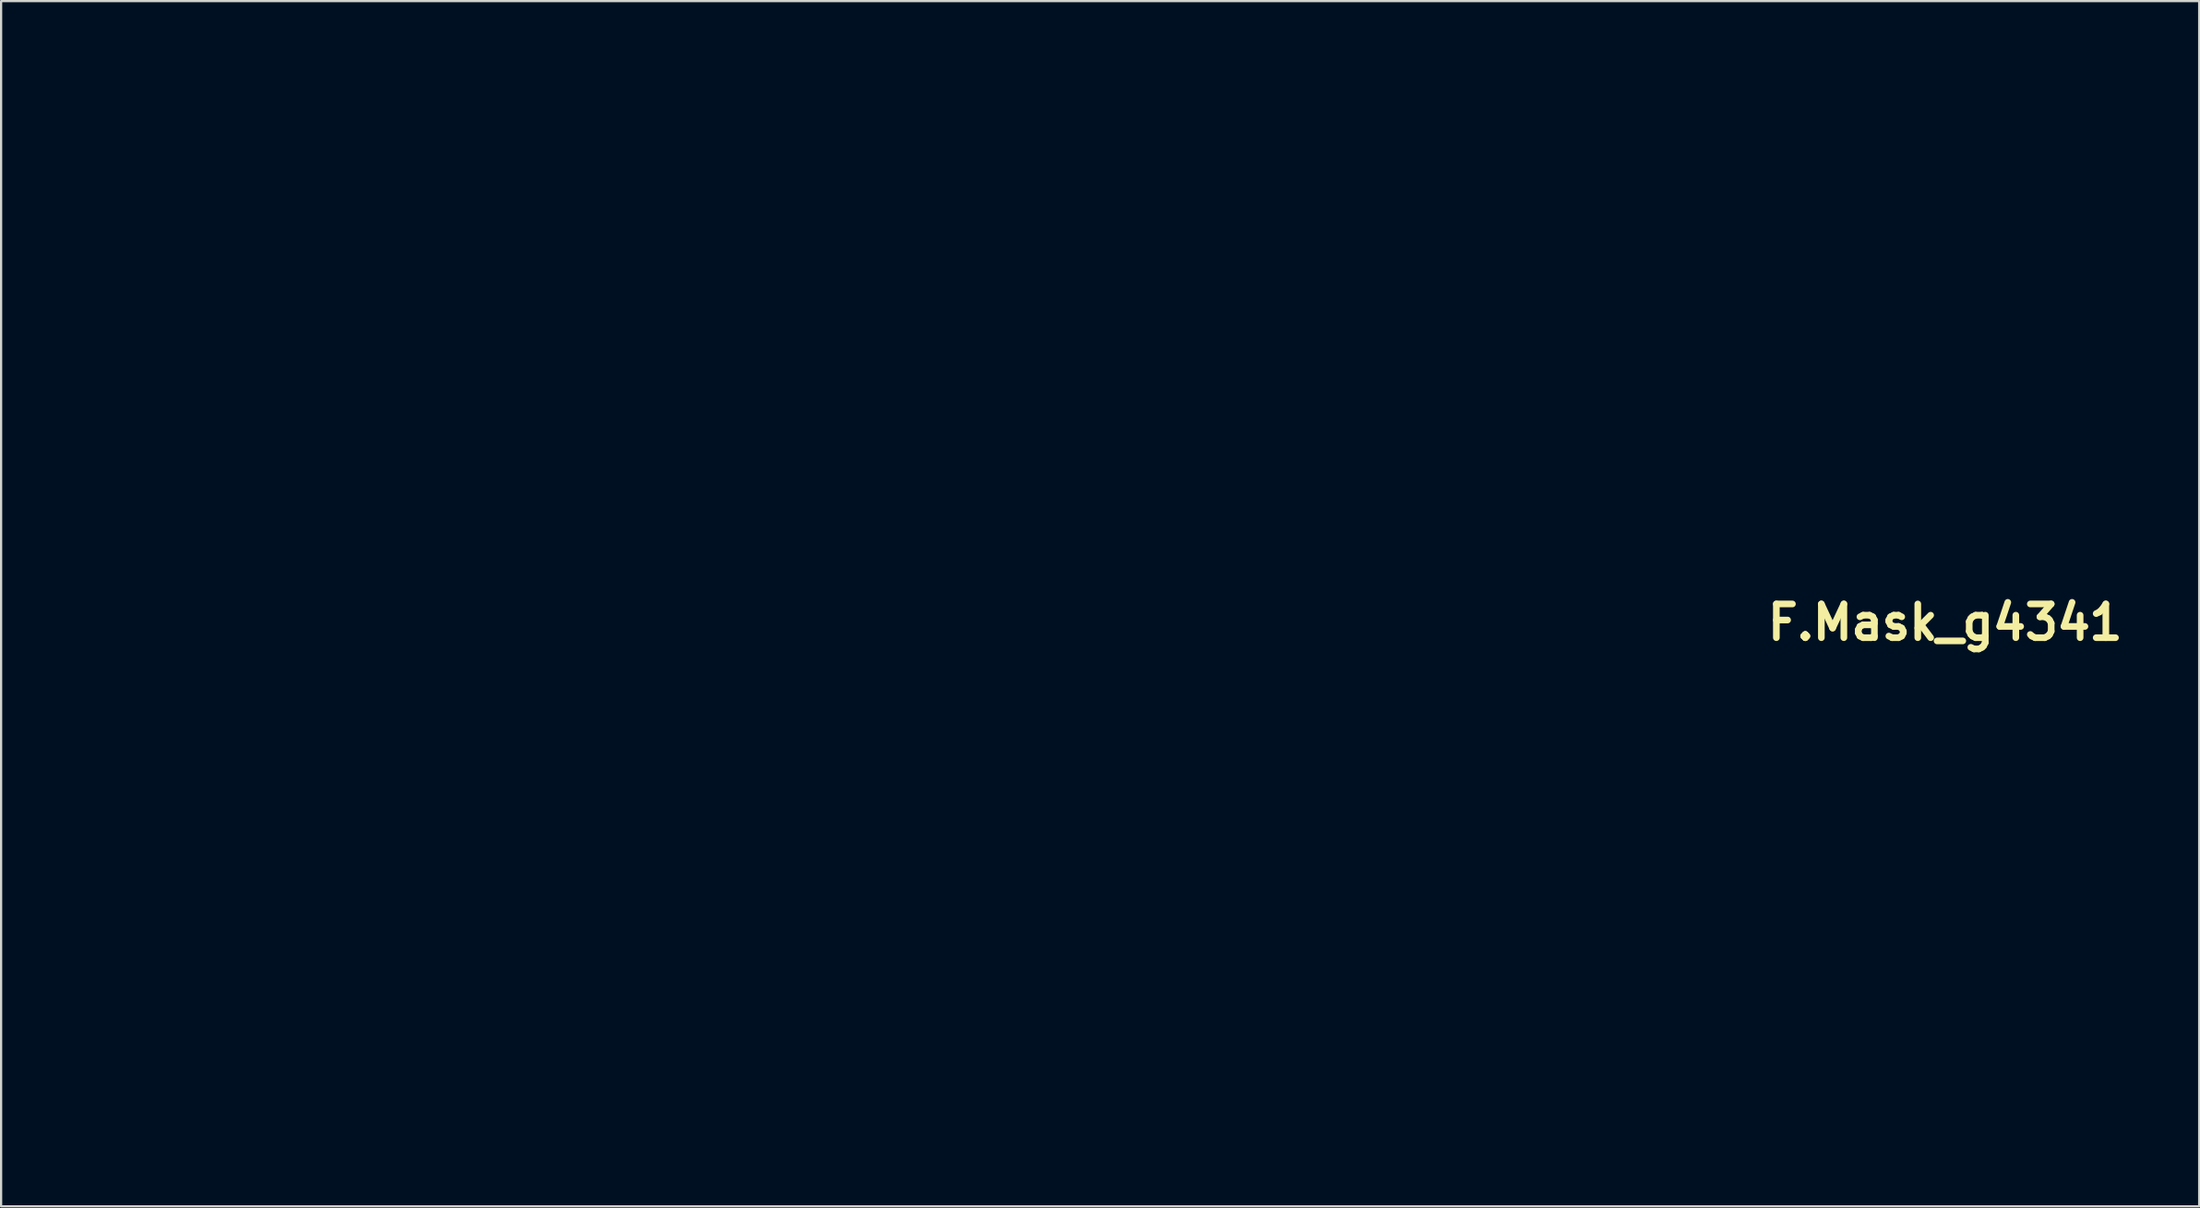
<source format=kicad_pcb>
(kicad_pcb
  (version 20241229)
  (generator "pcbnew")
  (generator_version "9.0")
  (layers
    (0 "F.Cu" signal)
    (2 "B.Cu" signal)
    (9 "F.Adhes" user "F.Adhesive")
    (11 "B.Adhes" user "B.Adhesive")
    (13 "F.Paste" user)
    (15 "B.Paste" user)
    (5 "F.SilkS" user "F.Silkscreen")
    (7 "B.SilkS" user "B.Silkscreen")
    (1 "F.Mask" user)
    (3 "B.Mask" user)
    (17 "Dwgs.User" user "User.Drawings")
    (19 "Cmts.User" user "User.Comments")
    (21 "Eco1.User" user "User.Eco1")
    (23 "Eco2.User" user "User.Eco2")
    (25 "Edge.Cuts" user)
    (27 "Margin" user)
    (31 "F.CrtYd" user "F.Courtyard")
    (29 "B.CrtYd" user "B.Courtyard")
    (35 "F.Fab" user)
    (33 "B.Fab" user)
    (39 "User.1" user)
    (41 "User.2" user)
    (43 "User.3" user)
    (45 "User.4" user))
  (footprint "F.Mask_g4341"
    (layer "F.Cu")
    (at 84.78 25.076)
    (property "Reference" "F.Mask_g4341" (at 0 0 0) (layer "F.SilkS") (effects (font (size 1.524 1.524) (thickness 0.3))))
    (attr through_hole)
    (fp_poly (pts (xy -0.935 -4.078) (xy -0.807 -4.023) (xy -0.701 -3.922) (xy -0.606 -3.775) (xy -0.569 -3.703) (xy -0.501 -3.523) (xy -0.46 -3.33) (xy -0.447 -3.147) (xy -0.464 -2.996) (xy -0.512 -2.902) (xy -0.569 -2.869) (xy -0.692 -2.811) (xy -0.865 -2.735) (xy -1.076 -2.648) (xy -1.27 -2.57) (xy -1.712 -2.393) (xy -2.134 -2.218) (xy -2.549 -2.038) (xy -2.973 -1.847) (xy -3.421 -1.637) (xy -3.908 -1.402) (xy -4.449 -1.134) (xy -4.657 -1.031) (xy -4.982 -0.866) (xy -5.329 -0.688) (xy -5.689 -0.502) (xy -6.052 -0.311) (xy -6.408 -0.123) (xy -6.748 0.059) (xy -7.062 0.229) (xy -7.341 0.382) (xy -7.574 0.512) (xy -7.753 0.616) (xy -7.868 0.686) (xy -7.88 0.694) (xy -7.887 0.712) (xy -7.866 0.742) (xy -7.812 0.787) (xy -7.72 0.852) (xy -7.583 0.939) (xy -7.397 1.052) (xy -7.155 1.195) (xy -6.851 1.372) (xy -6.481 1.586) (xy -6.377 1.646) (xy -6.122 1.793) (xy -5.8 1.977) (xy -5.42 2.196) (xy -4.988 2.444) (xy -4.512 2.717) (xy -3.999 3.012) (xy -3.456 3.324) (xy -2.891 3.648) (xy -2.311 3.981) (xy -1.723 4.319) (xy -1.135 4.657) (xy -0.673 4.922) (xy 3.459 7.295) (xy 4.721 10.728) (xy 5.116 11.8) (xy 5.481 12.796) (xy 5.82 13.719) (xy 6.132 14.571) (xy 6.419 15.356) (xy 6.682 16.076) (xy 6.922 16.735) (xy 7.139 17.335) (xy 7.336 17.88) (xy 7.513 18.372) (xy 7.67 18.815) (xy 7.81 19.211) (xy 7.933 19.564) (xy 8.039 19.876) (xy 8.131 20.15) (xy 8.21 20.39) (xy 8.275 20.598) (xy 8.329 20.777) (xy 8.373 20.931) (xy 8.406 21.062) (xy 8.431 21.173) (xy 8.449 21.268) (xy 8.46 21.349) (xy 8.465 21.419) (xy 8.467 21.47) (xy 8.457 21.615) (xy 8.419 21.715) (xy 8.349 21.799) (xy 8.231 21.917) (xy 7.386 21.945) (xy 7.055 21.955) (xy 6.641 21.967) (xy 6.144 21.98) (xy 5.567 21.994) (xy 4.91 22.009) (xy 4.175 22.026) (xy 3.363 22.044) (xy 2.475 22.063) (xy 1.512 22.084) (xy 0.476 22.105) (xy -0.632 22.128) (xy -1.811 22.152) (xy -3.059 22.176) (xy -4.376 22.202) (xy -5.76 22.229) (xy -7.21 22.257) (xy -8.724 22.286) (xy -10.301 22.316) (xy -11.94 22.347) (xy -13.641 22.378) (xy -15.4 22.411) (xy -15.621 22.415) (xy -16.648 22.434) (xy -17.594 22.452) (xy -18.463 22.468) (xy -19.256 22.483) (xy -19.978 22.496) (xy -20.633 22.508) (xy -21.223 22.519) (xy -21.751 22.528) (xy -22.222 22.536) (xy -22.639 22.543) (xy -23.004 22.548) (xy -23.321 22.552) (xy -23.594 22.555) (xy -23.826 22.557) (xy -24.02 22.557) (xy -24.18 22.556) (xy -24.309 22.553) (xy -24.41 22.55) (xy -24.486 22.545) (xy -24.542 22.539) (xy -24.58 22.532) (xy -24.604 22.523) (xy -24.617 22.513) (xy -24.622 22.502) (xy -24.624 22.49) (xy -24.624 22.477) (xy -24.627 22.462) (xy -24.635 22.447) (xy -24.641 22.44) (xy -24.742 22.297) (xy -24.765 22.191) (xy -24.756 22.14) (xy -24.728 22.038) (xy -24.682 21.883) (xy -24.616 21.673) (xy -24.529 21.408) (xy -24.422 21.084) (xy -24.294 20.702) (xy -24.144 20.257) (xy -23.971 19.75) (xy -23.775 19.179) (xy -23.555 18.541) (xy -23.312 17.836) (xy -23.043 17.06) (xy -22.749 16.214) (xy -22.43 15.295) (xy -22.084 14.301) (xy -21.71 13.231) (xy -21.31 12.083) (xy -21.259 11.938) (xy -21.011 11.229) (xy -20.789 10.594) (xy -20.592 10.031) (xy -20.417 9.533) (xy -20.263 9.096) (xy -20.129 8.715) (xy -20.012 8.385) (xy -19.911 8.103) (xy -19.823 7.862) (xy -19.749 7.658) (xy -19.685 7.487) (xy -19.629 7.343) (xy -19.581 7.223) (xy -19.539 7.12) (xy -19.5 7.031) (xy -19.464 6.95) (xy -19.449 6.918) (xy -19.353 6.705) (xy -19.294 6.546) (xy -19.264 6.42) (xy -19.259 6.308) (xy -19.259 6.307) (xy -19.253 6.157) (xy -19.228 6.019) (xy -19.218 5.989) (xy -19.179 5.878) (xy -19.156 5.796) (xy -19.138 5.737) (xy -19.095 5.612) (xy -19.031 5.433) (xy -18.952 5.212) (xy -18.861 4.962) (xy -18.826 4.864) (xy -18.751 4.66) (xy -18.666 4.423) (xy -18.568 4.149) (xy -18.457 3.834) (xy -18.33 3.474) (xy -18.187 3.065) (xy -18.026 2.604) (xy -17.846 2.087) (xy -17.645 1.509) (xy -17.423 0.868) (xy -17.178 0.16) (xy -16.908 -0.62) (xy -16.612 -1.475) (xy -16.516 -1.755) (xy -16.381 -2.142) (xy -16.254 -2.504) (xy -16.137 -2.833) (xy -16.033 -3.121) (xy -15.944 -3.362) (xy -15.874 -3.546) (xy -15.825 -3.666) (xy -15.801 -3.714) (xy -15.8 -3.715) (xy -15.757 -3.697) (xy -15.647 -3.64) (xy -15.475 -3.548) (xy -15.249 -3.423) (xy -14.974 -3.27) (xy -14.656 -3.092) (xy -14.302 -2.892) (xy -13.918 -2.674) (xy -13.509 -2.44) (xy -13.308 -2.325) (xy -12.709 -1.981) (xy -12.179 -1.677) (xy -11.714 -1.411) (xy -11.31 -1.178) (xy -10.962 -0.977) (xy -10.667 -0.806) (xy -10.419 -0.661) (xy -10.215 -0.54) (xy -10.051 -0.441) (xy -9.922 -0.36) (xy -9.824 -0.295) (xy -9.753 -0.244) (xy -9.705 -0.204) (xy -9.674 -0.173) (xy -9.658 -0.147) (xy -9.652 -0.124) (xy -9.651 -0.102) (xy -9.652 -0.078) (xy -9.652 -0.077) (xy -9.641 -0.013) (xy -9.627 0) (xy -9.585 -0.02) (xy -9.479 -0.075) (xy -9.321 -0.159) (xy -9.122 -0.267) (xy -8.892 -0.393) (xy -8.77 -0.46) (xy -7.907 -0.935) (xy -7.112 -1.368) (xy -6.378 -1.761) (xy -5.702 -2.117) (xy -5.079 -2.438) (xy -4.504 -2.726) (xy -3.971 -2.985) (xy -3.476 -3.216) (xy -3.014 -3.422) (xy -2.581 -3.605) (xy -2.171 -3.768) (xy -1.884 -3.875) (xy -1.56 -3.987) (xy -1.301 -4.059) (xy -1.096 -4.09) (xy -0.935 -4.078)) (stroke (width 0.01) (type solid)) (fill yes) (layer "F.Mask"))
    (fp_poly (pts (xy -12.385 -25.068) (xy -12.328 -25.063) (xy -12.2 -25.037) (xy -12.13 -25.002) (xy -12.092 -24.936) (xy -12.062 -24.815) (xy -12.062 -24.814) (xy -12.053 -24.769) (xy -12.047 -24.724) (xy -12.048 -24.67) (xy -12.057 -24.601) (xy -12.076 -24.51) (xy -12.106 -24.388) (xy -12.151 -24.228) (xy -12.211 -24.023) (xy -12.289 -23.766) (xy -12.387 -23.449) (xy -12.506 -23.064) (xy -12.622 -22.691) (xy -12.724 -22.364) (xy -12.828 -22.032) (xy -12.934 -21.691) (xy -13.045 -21.338) (xy -13.162 -20.97) (xy -13.284 -20.582) (xy -13.415 -20.171) (xy -13.554 -19.734) (xy -13.703 -19.267) (xy -13.863 -18.766) (xy -14.035 -18.228) (xy -14.22 -17.649) (xy -14.42 -17.026) (xy -14.636 -16.355) (xy -14.868 -15.633) (xy -15.119 -14.855) (xy -15.388 -14.019) (xy -15.678 -13.12) (xy -15.988 -12.156) (xy -16.322 -11.122) (xy -16.679 -10.015) (xy -17.06 -8.832) (xy -17.11 -8.678) (xy -17.336 -7.979) (xy -17.556 -7.297) (xy -17.769 -6.636) (xy -17.974 -6.002) (xy -18.168 -5.4) (xy -18.351 -4.834) (xy -18.52 -4.309) (xy -18.675 -3.83) (xy -18.813 -3.402) (xy -18.933 -3.03) (xy -19.033 -2.718) (xy -19.113 -2.472) (xy -19.17 -2.297) (xy -19.202 -2.196) (xy -19.204 -2.191) (xy -19.265 -2.01) (xy -19.322 -1.863) (xy -19.366 -1.766) (xy -19.39 -1.736) (xy -19.444 -1.74) (xy -19.58 -1.752) (xy -19.797 -1.773) (xy -20.093 -1.802) (xy -20.466 -1.838) (xy -20.914 -1.882) (xy -21.436 -1.933) (xy -22.03 -1.992) (xy -22.694 -2.058) (xy -23.426 -2.13) (xy -24.225 -2.21) (xy -25.019 -2.288) (xy -25.697 -2.356) (xy -26.365 -2.425) (xy -27.017 -2.492) (xy -27.645 -2.558) (xy -28.243 -2.622) (xy -28.803 -2.683) (xy -29.319 -2.74) (xy -29.785 -2.792) (xy -30.192 -2.84) (xy -30.534 -2.882) (xy -30.804 -2.916) (xy -30.963 -2.939) (xy -31.132 -2.963) (xy -31.264 -2.981) (xy -31.342 -2.99) (xy -31.354 -2.99) (xy -31.336 -2.952) (xy -31.276 -2.851) (xy -31.179 -2.697) (xy -31.05 -2.496) (xy -30.895 -2.257) (xy -30.718 -1.987) (xy -30.526 -1.696) (xy -30.323 -1.39) (xy -30.115 -1.078) (xy -29.907 -0.768) (xy -29.704 -0.467) (xy -29.512 -0.184) (xy -29.336 0.074) (xy -29.18 0.298) (xy -29.062 0.466) (xy -27.995 1.921) (xy -26.86 3.388) (xy -25.67 4.852) (xy -24.439 6.296) (xy -23.699 7.133) (xy -23.487 7.368) (xy -23.291 7.586) (xy -23.117 7.777) (xy -22.974 7.933) (xy -22.871 8.045) (xy -22.815 8.104) (xy -22.812 8.107) (xy -22.703 8.258) (xy -22.653 8.448) (xy -22.663 8.683) (xy -22.733 8.969) (xy -22.778 9.102) (xy -22.869 9.341) (xy -22.946 9.511) (xy -23.016 9.626) (xy -23.086 9.698) (xy -23.144 9.733) (xy -23.241 9.768) (xy -23.325 9.767) (xy -23.415 9.723) (xy -23.532 9.628) (xy -23.609 9.557) (xy -23.715 9.452) (xy -23.869 9.292) (xy -24.063 9.087) (xy -24.287 8.846) (xy -24.535 8.578) (xy -24.797 8.291) (xy -25.065 7.995) (xy -25.332 7.699) (xy -25.588 7.411) (xy -25.827 7.142) (xy -26.037 6.9) (xy -27.417 5.259) (xy -28.744 3.588) (xy -30.012 1.896) (xy -31.214 0.192) (xy -32.343 -1.514) (xy -32.872 -2.355) (xy -33.422 -3.246) (xy -33.697 -3.227) (xy -33.878 -3.222) (xy -34.133 -3.229) (xy -34.465 -3.246) (xy -34.876 -3.274) (xy -35.366 -3.314) (xy -35.937 -3.365) (xy -36.407 -3.409) (xy -36.702 -3.438) (xy -36.969 -3.463) (xy -37.199 -3.484) (xy -37.377 -3.501) (xy -37.493 -3.511) (xy -37.534 -3.514) (xy -37.567 -3.547) (xy -37.624 -3.65) (xy -37.707 -3.822) (xy -37.816 -4.065) (xy -37.952 -4.381) (xy -38.115 -4.771) (xy -38.305 -5.237) (xy -38.525 -5.779) (xy -38.733 -6.301) (xy -38.968 -6.891) (xy -39.227 -7.544) (xy -39.507 -8.253) (xy -39.805 -9.011) (xy -40.119 -9.81) (xy -40.445 -10.644) (xy -40.782 -11.504) (xy -41.125 -12.383) (xy -41.472 -13.275) (xy -41.821 -14.171) (xy -42.168 -15.065) (xy -42.511 -15.949) (xy -42.846 -16.816) (xy -43.172 -17.658) (xy -43.484 -18.468) (xy -43.781 -19.24) (xy -44.059 -19.965) (xy -44.316 -20.637) (xy -44.548 -21.247) (xy -44.754 -21.789) (xy -44.832 -21.997) (xy -44.982 -22.398) (xy -45.099 -22.729) (xy -45.184 -22.995) (xy -45.236 -23.205) (xy -45.254 -23.366) (xy -45.236 -23.485) (xy -45.184 -23.57) (xy -45.095 -23.628) (xy -44.969 -23.666) (xy -44.806 -23.692) (xy -44.669 -23.707) (xy -44.435 -23.728) (xy -44.133 -23.749) (xy -43.779 -23.771) (xy -43.39 -23.793) (xy -42.982 -23.813) (xy -42.571 -23.83) (xy -42.174 -23.845) (xy -41.887 -23.853) (xy -41.58 -23.863) (xy -41.346 -23.876) (xy -41.173 -23.893) (xy -41.047 -23.915) (xy -40.957 -23.943) (xy -40.955 -23.943) (xy -40.813 -23.979) (xy -40.624 -23.993) (xy -40.42 -23.988) (xy -40.226 -23.964) (xy -40.074 -23.924) (xy -40.022 -23.898) (xy -39.922 -23.859) (xy -39.777 -23.85) (xy -39.679 -23.857) (xy -39.588 -23.863) (xy -39.418 -23.873) (xy -39.173 -23.887) (xy -38.86 -23.904) (xy -38.482 -23.924) (xy -38.047 -23.946) (xy -37.558 -23.971) (xy -37.021 -23.998) (xy -36.441 -24.027) (xy -35.823 -24.058) (xy -35.173 -24.09) (xy -34.496 -24.123) (xy -33.797 -24.157) (xy -33.081 -24.192) (xy -32.353 -24.227) (xy -31.619 -24.263) (xy -30.884 -24.298) (xy -30.153 -24.333) (xy -29.432 -24.367) (xy -28.724 -24.401) (xy -28.037 -24.433) (xy -27.374 -24.464) (xy -26.742 -24.493) (xy -26.145 -24.52) (xy -25.589 -24.546) (xy -25.421 -24.553) (xy -24.929 -24.575) (xy -24.379 -24.6) (xy -23.795 -24.626) (xy -23.203 -24.653) (xy -22.625 -24.679) (xy -22.085 -24.703) (xy -21.654 -24.723) (xy -20.506 -24.774) (xy -19.428 -24.822) (xy -18.423 -24.865) (xy -17.49 -24.905) (xy -16.631 -24.94) (xy -15.847 -24.971) (xy -15.138 -24.998) (xy -14.507 -25.021) (xy -13.953 -25.04) (xy -13.478 -25.054) (xy -13.082 -25.064) (xy -12.768 -25.07) (xy -12.535 -25.071) (xy -12.385 -25.068)) (stroke (width 0.01) (type solid)) (fill yes) (layer "F.Mask"))
    (fp_poly (pts (xy -48.019 -21.402) (xy -47.945 -21.379) (xy -47.878 -21.349) (xy -47.828 -21.308) (xy -47.795 -21.248) (xy -47.779 -21.158) (xy -47.779 -21.028) (xy -47.794 -20.849) (xy -47.825 -20.611) (xy -47.871 -20.303) (xy -47.896 -20.143) (xy -48.101 -18.723) (xy -48.267 -17.331) (xy -48.396 -15.951) (xy -48.487 -14.564) (xy -48.543 -13.154) (xy -48.564 -11.701) (xy -48.551 -10.188) (xy -48.55 -10.097) (xy -48.527 -9.198) (xy -48.492 -8.344) (xy -48.446 -7.523) (xy -48.385 -6.726) (xy -48.309 -5.939) (xy -48.216 -5.154) (xy -48.105 -4.357) (xy -47.974 -3.539) (xy -47.821 -2.688) (xy -47.646 -1.794) (xy -47.447 -0.844) (xy -47.222 0.171) (xy -47.155 0.466) (xy -47.079 0.801) (xy -47.005 1.125) (xy -46.937 1.424) (xy -46.877 1.684) (xy -46.83 1.893) (xy -46.798 2.036) (xy -46.791 2.067) (xy -46.753 2.224) (xy -46.723 2.314) (xy -46.692 2.351) (xy -46.65 2.352) (xy -46.634 2.347) (xy -46.567 2.338) (xy -46.423 2.331) (xy -46.208 2.324) (xy -45.932 2.317) (xy -45.6 2.312) (xy -45.22 2.307) (xy -44.799 2.304) (xy -44.345 2.301) (xy -43.866 2.299) (xy -43.368 2.298) (xy -42.859 2.298) (xy -42.345 2.299) (xy -41.836 2.301) (xy -41.337 2.304) (xy -40.857 2.309) (xy -40.402 2.315) (xy -40.265 2.317) (xy -38.132 2.349) (xy -38.034 2.625) (xy -38.003 2.713) (xy -37.946 2.875) (xy -37.865 3.108) (xy -37.761 3.404) (xy -37.636 3.76) (xy -37.493 4.169) (xy -37.333 4.627) (xy -37.158 5.128) (xy -36.969 5.667) (xy -36.769 6.239) (xy -36.56 6.839) (xy -36.342 7.461) (xy -36.119 8.1) (xy -35.891 8.752) (xy -35.662 9.409) (xy -35.431 10.069) (xy -35.202 10.724) (xy -34.977 11.371) (xy -34.756 12.003) (xy -34.542 12.616) (xy -34.337 13.204) (xy -34.142 13.763) (xy -33.959 14.286) (xy -33.791 14.768) (xy -33.638 15.205) (xy -33.504 15.592) (xy -33.389 15.922) (xy -33.295 16.191) (xy -33.287 16.214) (xy -33.008 17.017) (xy -32.742 17.787) (xy -32.491 18.517) (xy -32.256 19.204) (xy -32.039 19.841) (xy -31.842 20.424) (xy -31.667 20.947) (xy -31.516 21.405) (xy -31.389 21.793) (xy -31.309 22.043) (xy -31.066 22.813) (xy -31.149 23) (xy -31.213 23.121) (xy -31.281 23.184) (xy -31.375 23.212) (xy -31.45 23.218) (xy -31.606 23.224) (xy -31.839 23.231) (xy -32.146 23.237) (xy -32.523 23.243) (xy -32.966 23.25) (xy -33.472 23.256) (xy -34.037 23.263) (xy -34.657 23.269) (xy -35.328 23.276) (xy -36.048 23.282) (xy -36.811 23.289) (xy -37.615 23.295) (xy -38.456 23.301) (xy -39.33 23.308) (xy -40.234 23.314) (xy -41.163 23.32) (xy -42.114 23.325) (xy -43.084 23.331) (xy -44.069 23.336) (xy -45.064 23.342) (xy -46.067 23.347) (xy -47.074 23.351) (xy -48.08 23.356) (xy -49.084 23.36) (xy -50.079 23.364) (xy -51.064 23.367) (xy -52.034 23.37) (xy -52.986 23.373) (xy -53.915 23.376) (xy -54.819 23.378) (xy -55.693 23.379) (xy -56.535 23.38) (xy -57.339 23.381) (xy -58.103 23.381) (xy -58.823 23.381) (xy -59.495 23.38) (xy -60.116 23.379) (xy -60.681 23.377) (xy -61.188 23.375) (xy -61.632 23.372) (xy -61.997 23.368) (xy -62.505 23.361) (xy -62.932 23.354) (xy -63.28 23.345) (xy -63.552 23.336) (xy -63.751 23.325) (xy -63.88 23.313) (xy -63.943 23.299) (xy -63.945 23.298) (xy -64.069 23.205) (xy -64.15 23.086) (xy -64.189 22.934) (xy -64.187 22.737) (xy -64.143 22.486) (xy -64.06 22.173) (xy -64.034 22.089) (xy -63.965 21.872) (xy -63.868 21.58) (xy -63.746 21.22) (xy -63.599 20.795) (xy -63.431 20.31) (xy -63.243 19.772) (xy -63.036 19.185) (xy -62.812 18.554) (xy -62.574 17.884) (xy -62.323 17.18) (xy -62.061 16.447) (xy -61.79 15.691) (xy -61.511 14.916) (xy -61.227 14.128) (xy -60.939 13.331) (xy -60.649 12.531) (xy -60.359 11.732) (xy -60.071 10.94) (xy -59.786 10.16) (xy -59.507 9.397) (xy -59.235 8.656) (xy -58.972 7.941) (xy -58.72 7.259) (xy -58.481 6.614) (xy -58.256 6.011) (xy -58.048 5.455) (xy -57.858 4.952) (xy -57.688 4.506) (xy -57.624 4.339) (xy -57.44 3.865) (xy -57.283 3.464) (xy -57.15 3.131) (xy -57.039 2.859) (xy -56.947 2.642) (xy -56.871 2.475) (xy -56.81 2.352) (xy -56.76 2.266) (xy -56.719 2.212) (xy -56.621 2.105) (xy -53.615 2.134) (xy -53.079 2.139) (xy -52.539 2.145) (xy -52.005 2.152) (xy -51.487 2.159) (xy -50.997 2.167) (xy -50.545 2.175) (xy -50.142 2.182) (xy -49.798 2.19) (xy -49.525 2.197) (xy -49.445 2.199) (xy -49.141 2.209) (xy -48.866 2.217) (xy -48.632 2.223) (xy -48.448 2.228) (xy -48.327 2.23) (xy -48.278 2.23) (xy -48.278 2.23) (xy -48.286 2.188) (xy -48.31 2.077) (xy -48.348 1.909) (xy -48.397 1.698) (xy -48.454 1.455) (xy -48.457 1.439) (xy -48.771 0.057) (xy -49.047 -1.258) (xy -49.288 -2.514) (xy -49.494 -3.718) (xy -49.667 -4.879) (xy -49.808 -6.004) (xy -49.92 -7.102) (xy -49.934 -7.266) (xy -49.953 -7.505) (xy -49.971 -7.741) (xy -49.986 -7.978) (xy -49.999 -8.22) (xy -50.009 -8.473) (xy -50.018 -8.741) (xy -50.024 -9.029) (xy -50.027 -9.342) (xy -50.029 -9.685) (xy -50.028 -10.062) (xy -50.024 -10.477) (xy -50.018 -10.937) (xy -50.01 -11.445) (xy -49.999 -12.006) (xy -49.986 -12.626) (xy -49.97 -13.308) (xy -49.952 -14.058) (xy -49.931 -14.88) (xy -49.908 -15.78) (xy -49.893 -16.341) (xy -49.884 -16.586) (xy -49.869 -16.798) (xy -49.844 -16.993) (xy -49.805 -17.186) (xy -49.749 -17.395) (xy -49.671 -17.635) (xy -49.568 -17.923) (xy -49.447 -18.246) (xy -49.394 -18.386) (xy -49.319 -18.591) (xy -49.227 -18.844) (xy -49.123 -19.13) (xy -49.014 -19.433) (xy -48.931 -19.664) (xy -48.821 -19.967) (xy -48.712 -20.263) (xy -48.608 -20.536) (xy -48.516 -20.771) (xy -48.442 -20.953) (xy -48.401 -21.047) (xy -48.304 -21.236) (xy -48.216 -21.352) (xy -48.125 -21.404) (xy -48.019 -21.402)) (stroke (width 0.01) (type solid)) (fill yes) (layer "F.Mask"))
    (fp_poly (pts (xy -51.994 -24.075) (xy -51.875 -24.067) (xy -51.698 -24.047) (xy -51.582 -24.019) (xy -51.502 -23.977) (xy -51.45 -23.929) (xy -51.382 -23.839) (xy -51.351 -23.764) (xy -51.35 -23.76) (xy -51.352 -23.734) (xy -51.357 -23.698) (xy -51.368 -23.649) (xy -51.384 -23.585) (xy -51.406 -23.503) (xy -51.436 -23.4) (xy -51.474 -23.273) (xy -51.522 -23.119) (xy -51.58 -22.937) (xy -51.65 -22.722) (xy -51.731 -22.473) (xy -51.825 -22.186) (xy -51.934 -21.859) (xy -52.057 -21.488) (xy -52.196 -21.072) (xy -52.351 -20.608) (xy -52.525 -20.092) (xy -52.717 -19.522) (xy -52.928 -18.895) (xy -53.159 -18.208) (xy -53.412 -17.459) (xy -53.688 -16.645) (xy -53.986 -15.763) (xy -54.308 -14.81) (xy -54.655 -13.784) (xy -55.029 -12.682) (xy -55.199 -12.18) (xy -55.446 -11.449) (xy -55.686 -10.74) (xy -55.917 -10.056) (xy -56.137 -9.403) (xy -56.346 -8.783) (xy -56.543 -8.202) (xy -56.724 -7.663) (xy -56.89 -7.171) (xy -57.038 -6.729) (xy -57.168 -6.342) (xy -57.278 -6.014) (xy -57.366 -5.75) (xy -57.432 -5.552) (xy -57.473 -5.427) (xy -57.489 -5.377) (xy -57.489 -5.376) (xy -57.52 -5.305) (xy -57.599 -5.21) (xy -57.701 -5.116) (xy -57.803 -5.044) (xy -57.861 -5.02) (xy -57.956 -5.006) (xy -58.129 -4.988) (xy -58.374 -4.966) (xy -58.683 -4.94) (xy -59.05 -4.912) (xy -59.469 -4.88) (xy -59.932 -4.846) (xy -60.434 -4.811) (xy -60.967 -4.774) (xy -61.525 -4.736) (xy -62.102 -4.698) (xy -62.691 -4.659) (xy -63.284 -4.621) (xy -63.877 -4.584) (xy -64.461 -4.548) (xy -65.031 -4.513) (xy -65.579 -4.481) (xy -66.099 -4.452) (xy -66.585 -4.425) (xy -67.03 -4.402) (xy -67.427 -4.382) (xy -67.553 -4.377) (xy -67.805 -4.364) (xy -67.985 -4.351) (xy -68.105 -4.337) (xy -68.176 -4.318) (xy -68.21 -4.295) (xy -68.217 -4.28) (xy -68.287 -4.04) (xy -68.377 -3.722) (xy -68.485 -3.328) (xy -68.612 -2.864) (xy -68.755 -2.332) (xy -68.914 -1.736) (xy -69.088 -1.08) (xy -69.277 -0.368) (xy -69.478 0.398) (xy -69.691 1.213) (xy -69.916 2.073) (xy -69.999 2.392) (xy -70.266 3.418) (xy -70.516 4.368) (xy -70.749 5.245) (xy -70.966 6.056) (xy -71.17 6.805) (xy -71.361 7.498) (xy -71.54 8.14) (xy -71.71 8.736) (xy -71.73 8.805) (xy -71.823 9.122) (xy -71.898 9.367) (xy -71.958 9.55) (xy -72.008 9.681) (xy -72.052 9.771) (xy -72.092 9.83) (xy -72.115 9.853) (xy -72.25 9.928) (xy -72.395 9.945) (xy -72.519 9.899) (xy -72.524 9.895) (xy -72.566 9.836) (xy -72.629 9.715) (xy -72.706 9.55) (xy -72.79 9.359) (xy -72.871 9.16) (xy -72.944 8.971) (xy -73 8.81) (xy -73.022 8.736) (xy -73.076 8.522) (xy -73.107 8.356) (xy -73.114 8.212) (xy -73.098 8.063) (xy -73.057 7.884) (xy -72.997 7.672) (xy -72.869 7.226) (xy -72.723 6.703) (xy -72.559 6.111) (xy -72.379 5.453) (xy -72.185 4.738) (xy -71.978 3.97) (xy -71.761 3.155) (xy -71.534 2.3) (xy -71.3 1.41) (xy -71.269 1.291) (xy -71.129 0.761) (xy -70.988 0.223) (xy -70.847 -0.311) (xy -70.709 -0.832) (xy -70.578 -1.329) (xy -70.456 -1.791) (xy -70.345 -2.207) (xy -70.249 -2.568) (xy -70.17 -2.862) (xy -70.139 -2.976) (xy -70.055 -3.289) (xy -69.98 -3.575) (xy -69.917 -3.824) (xy -69.867 -4.026) (xy -69.834 -4.171) (xy -69.819 -4.249) (xy -69.819 -4.259) (xy -69.866 -4.263) (xy -69.985 -4.26) (xy -70.163 -4.253) (xy -70.39 -4.241) (xy -70.651 -4.225) (xy -70.787 -4.215) (xy -71.247 -4.185) (xy -71.698 -4.156) (xy -72.155 -4.129) (xy -72.63 -4.103) (xy -73.139 -4.077) (xy -73.694 -4.05) (xy -74.31 -4.022) (xy -74.803 -4.001) (xy -75.452 -3.974) (xy -76.018 -3.955) (xy -76.5 -3.943) (xy -76.899 -3.939) (xy -77.215 -3.942) (xy -77.449 -3.952) (xy -77.601 -3.97) (xy -77.657 -3.985) (xy -77.736 -4.05) (xy -77.817 -4.179) (xy -77.891 -4.34) (xy -77.96 -4.51) (xy -78.057 -4.755) (xy -78.182 -5.074) (xy -78.332 -5.463) (xy -78.507 -5.918) (xy -78.705 -6.436) (xy -78.926 -7.014) (xy -79.168 -7.649) (xy -79.43 -8.338) (xy -79.71 -9.078) (xy -80.008 -9.864) (xy -80.321 -10.695) (xy -80.65 -11.567) (xy -80.993 -12.476) (xy -81.348 -13.419) (xy -81.714 -14.394) (xy -82.091 -15.397) (xy -82.253 -15.829) (xy -82.571 -16.679) (xy -82.861 -17.453) (xy -83.124 -18.155) (xy -83.361 -18.789) (xy -83.574 -19.359) (xy -83.763 -19.868) (xy -83.931 -20.32) (xy -84.079 -20.719) (xy -84.207 -21.069) (xy -84.318 -21.373) (xy -84.412 -21.635) (xy -84.491 -21.859) (xy -84.557 -22.048) (xy -84.61 -22.206) (xy -84.652 -22.337) (xy -84.685 -22.445) (xy -84.709 -22.533) (xy -84.726 -22.605) (xy -84.738 -22.665) (xy -84.746 -22.716) (xy -84.748 -22.74) (xy -84.775 -23.023) (xy -84.541 -23.09) (xy -84.461 -23.108) (xy -84.346 -23.125) (xy -84.19 -23.14) (xy -83.985 -23.155) (xy -83.725 -23.169) (xy -83.403 -23.184) (xy -83.012 -23.2) (xy -82.545 -23.216) (xy -82.423 -23.22) (xy -81.959 -23.235) (xy -81.416 -23.253) (xy -80.801 -23.272) (xy -80.121 -23.293) (xy -79.38 -23.315) (xy -78.587 -23.339) (xy -77.746 -23.364) (xy -76.864 -23.39) (xy -75.948 -23.417) (xy -75.003 -23.445) (xy -74.036 -23.473) (xy -73.053 -23.501) (xy -72.061 -23.53) (xy -71.065 -23.559) (xy -70.072 -23.587) (xy -69.089 -23.615) (xy -68.12 -23.642) (xy -67.174 -23.669) (xy -66.255 -23.694) (xy -65.37 -23.719) (xy -64.525 -23.742) (xy -63.728 -23.763) (xy -62.983 -23.783) (xy -62.297 -23.802) (xy -61.677 -23.818) (xy -61.128 -23.832) (xy -61.108 -23.832) (xy -60.707 -23.842) (xy -60.306 -23.853) (xy -59.92 -23.863) (xy -59.562 -23.873) (xy -59.247 -23.882) (xy -58.987 -23.89) (xy -58.798 -23.896) (xy -58.792 -23.896) (xy -58.483 -23.903) (xy -58.256 -23.898) (xy -58.11 -23.883) (xy -58.065 -23.87) (xy -57.975 -23.847) (xy -57.864 -23.86) (xy -57.76 -23.892) (xy -57.617 -23.924) (xy -57.418 -23.947) (xy -57.182 -23.96) (xy -56.932 -23.964) (xy -56.689 -23.959) (xy -56.474 -23.944) (xy -56.308 -23.92) (xy -56.237 -23.899) (xy -56.109 -23.862) (xy -55.965 -23.862) (xy -55.868 -23.876) (xy -55.688 -23.902) (xy -55.437 -23.928) (xy -55.131 -23.954) (xy -54.781 -23.979) (xy -54.4 -24.003) (xy -54.003 -24.024) (xy -53.602 -24.043) (xy -53.209 -24.059) (xy -52.839 -24.07) (xy -52.505 -24.077) (xy -52.219 -24.079) (xy -51.994 -24.075)) (stroke (width 0.01) (type solid)) (fill yes) (layer "F.Mask")))
  (gr_rect
    (start -3 -3)
    (end 96.252 51.463)
    (stroke (width 0.1) (type default))
    (fill no)
    (layer "Edge.Cuts")))
</source>
